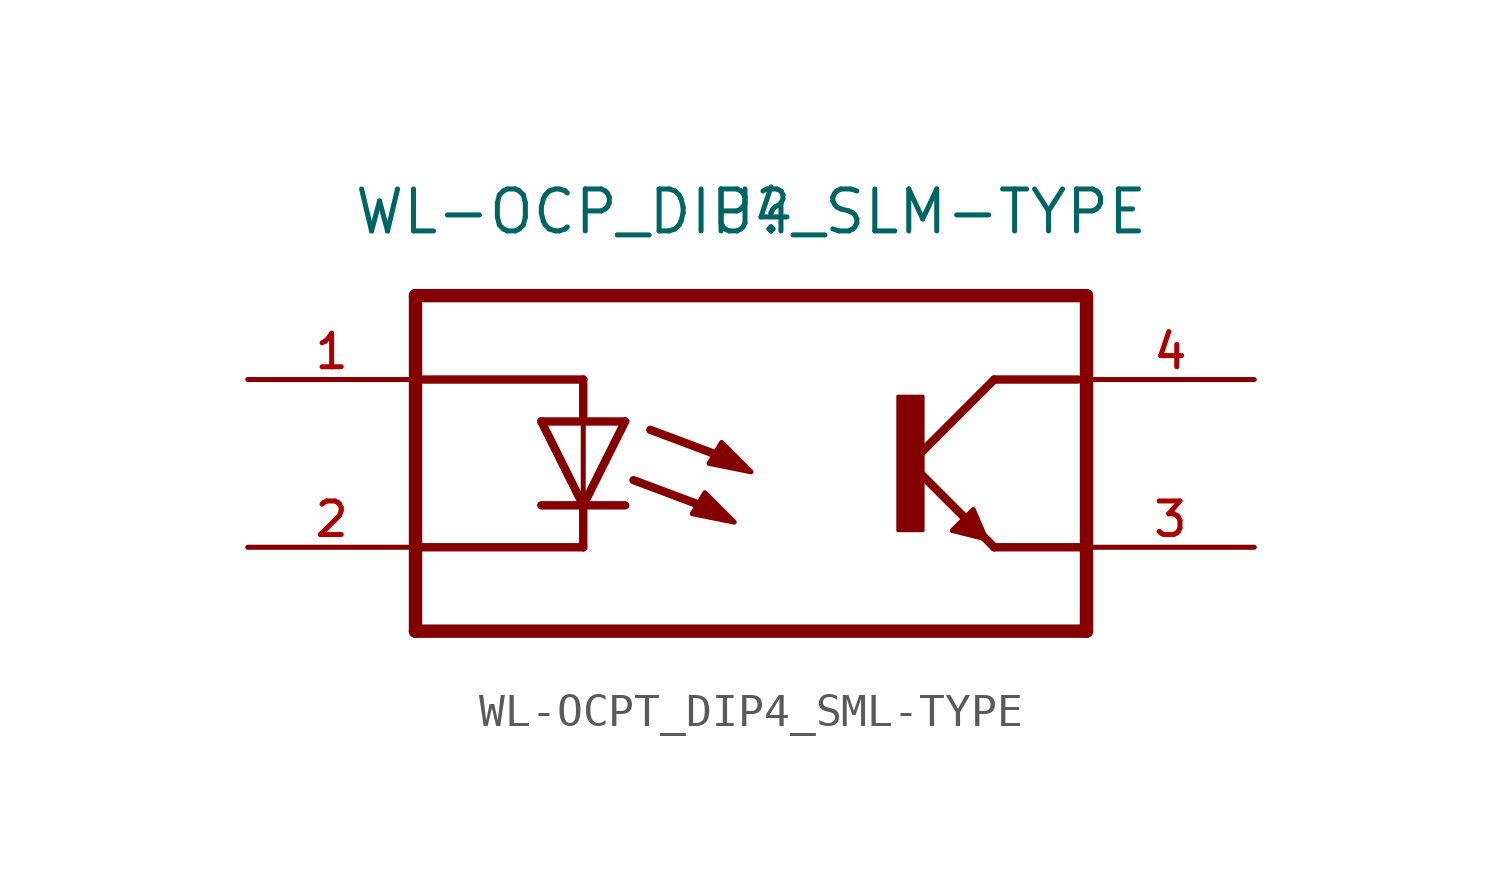
<source format=kicad_sym>
(kicad_symbol_lib
  (version 20220914)
  (generator kicad_symbol_editor)
  (symbol "WL-OCPT_DIP4_SML-TYPE"
    (property "Reference" "U"
      (at 0 7.62 0)
      (effects (font (size 1.27 1.27))))
    (property "Value" "WL-OCP_DIP4_SLM-TYPE"
      (at 0 7.62 0)
      (effects (font (size 1.27 1.27))))
    (symbol "WL-OCPT_DIP4_SML-TYPE_0_0"
      (polyline (pts (xy -10.16 -5.08) (xy 10.16 -5.08)) (stroke (width 0.406) (type default)) (fill (type none)))
      (polyline (pts (xy -10.16 -2.54) (xy -10.16 -5.08)) (stroke (width 0.406) (type default)) (fill (type none)))
      (polyline (pts (xy -10.16 -2.54) (xy -10.16 2.54)) (stroke (width 0.406) (type default)) (fill (type none)))
      (polyline (pts (xy -10.16 2.54) (xy -10.16 5.08)) (stroke (width 0.406) (type default)) (fill (type none)))
      (polyline (pts (xy -10.16 2.54) (xy -5.08 2.54)) (stroke (width 0.254) (type default)) (fill (type none)))
      (polyline (pts (xy -10.16 5.08) (xy 10.16 5.08)) (stroke (width 0.406) (type default)) (fill (type none)))
      (polyline (pts (xy -5.08 -2.54) (xy -10.16 -2.54)) (stroke (width 0.254) (type default)) (fill (type none)))
      (polyline (pts (xy -5.08 -1.27) (xy -6.35 -1.27)) (stroke (width 0.254) (type default)) (fill (type none)))
      (polyline (pts (xy -5.08 -1.27) (xy -6.35 1.27)) (stroke (width 0.254) (type default)) (fill (type none)))
      (polyline (pts (xy -5.08 -1.27) (xy -5.08 -2.54)) (stroke (width 0.254) (type default)) (fill (type none)))
      (polyline (pts (xy -5.08 1.27) (xy -6.35 1.27)) (stroke (width 0.254) (type default)) (fill (type none)))
      (polyline (pts (xy -5.08 1.27) (xy -5.08 -1.27)) (stroke (width 0.152) (type default)) (fill (type none)))
      (polyline (pts (xy -5.08 1.27) (xy -5.08 2.54)) (stroke (width 0.254) (type default)) (fill (type none)))
      (polyline (pts (xy -3.81 -1.27) (xy -5.08 -1.27)) (stroke (width 0.254) (type default)) (fill (type none)))
      (polyline (pts (xy -3.81 1.27) (xy -5.08 -1.27)) (stroke (width 0.254) (type default)) (fill (type none)))
      (polyline (pts (xy -3.81 1.27) (xy -5.08 1.27)) (stroke (width 0.254) (type default)) (fill (type none)))
      (polyline (pts (xy -3.556 -0.508) (xy -1.524 -1.27)) (stroke (width 0.254) (type default)) (fill (type none)))
      (polyline (pts (xy -3.048 1.016) (xy -1.016 0.254)) (stroke (width 0.254) (type default)) (fill (type none)))
      (polyline (pts (xy 4.826 0) (xy 7.366 -2.54)) (stroke (width 0.254) (type default)) (fill (type none)))
      (polyline (pts (xy 4.826 0) (xy 7.366 2.54)) (stroke (width 0.254) (type default)) (fill (type none)))
      (polyline (pts (xy 7.366 -2.54) (xy 10.16 -2.54)) (stroke (width 0.254) (type default)) (fill (type none)))
      (polyline (pts (xy 9.906 2.54) (xy 7.366 2.54)) (stroke (width 0.254) (type default)) (fill (type none)))
      (polyline (pts (xy 10.16 -5.08) (xy 10.16 -2.54)) (stroke (width 0.406) (type default)) (fill (type none)))
      (polyline (pts (xy 10.16 -2.54) (xy 10.16 5.08)) (stroke (width 0.406) (type default)) (fill (type none)))
      (polyline (pts (xy -1.397 -0.889) (xy -0.508 -1.778) (xy -1.778 -1.524) (xy -1.397 -0.889)) (stroke (width 0.152) (type default)) (fill (type outline)))
      (polyline (pts (xy -0.889 0.635) (xy 0 -0.254) (xy -1.27 0) (xy -0.889 0.635)) (stroke (width 0.152) (type default)) (fill (type outline)))
      (polyline (pts (xy 6.731 -1.397) (xy 6.096 -2.032) (xy 7.112 -2.286) (xy 6.731 -1.397)) (stroke (width 0.152) (type default)) (fill (type outline)))
      (rectangle (start 4.45 -2.034) (end 5.207 2.032) (stroke (width 0.1) (type default)) (fill (type outline)))
      (pin passive line (at -15.24 2.54 0) (length 5.08) (name "~" (effects (font (size 1.016 1.016)))) (number "1" (effects (font (size 1.016 1.016)))))
      (pin passive line (at -15.24 -2.54 0) (length 5.08) (name "~" (effects (font (size 1.016 1.016)))) (number "2" (effects (font (size 1.016 1.016)))))
      (pin passive line (at 15.24 -2.54 180) (length 5.08) (name "~" (effects (font (size 1.016 1.016)))) (number "3" (effects (font (size 1.016 1.016)))))
      (pin passive line (at 15.24 2.54 180) (length 5.08) (name "~" (effects (font (size 1.016 1.016)))) (number "4" (effects (font (size 1.016 1.016))))))))
</source>
